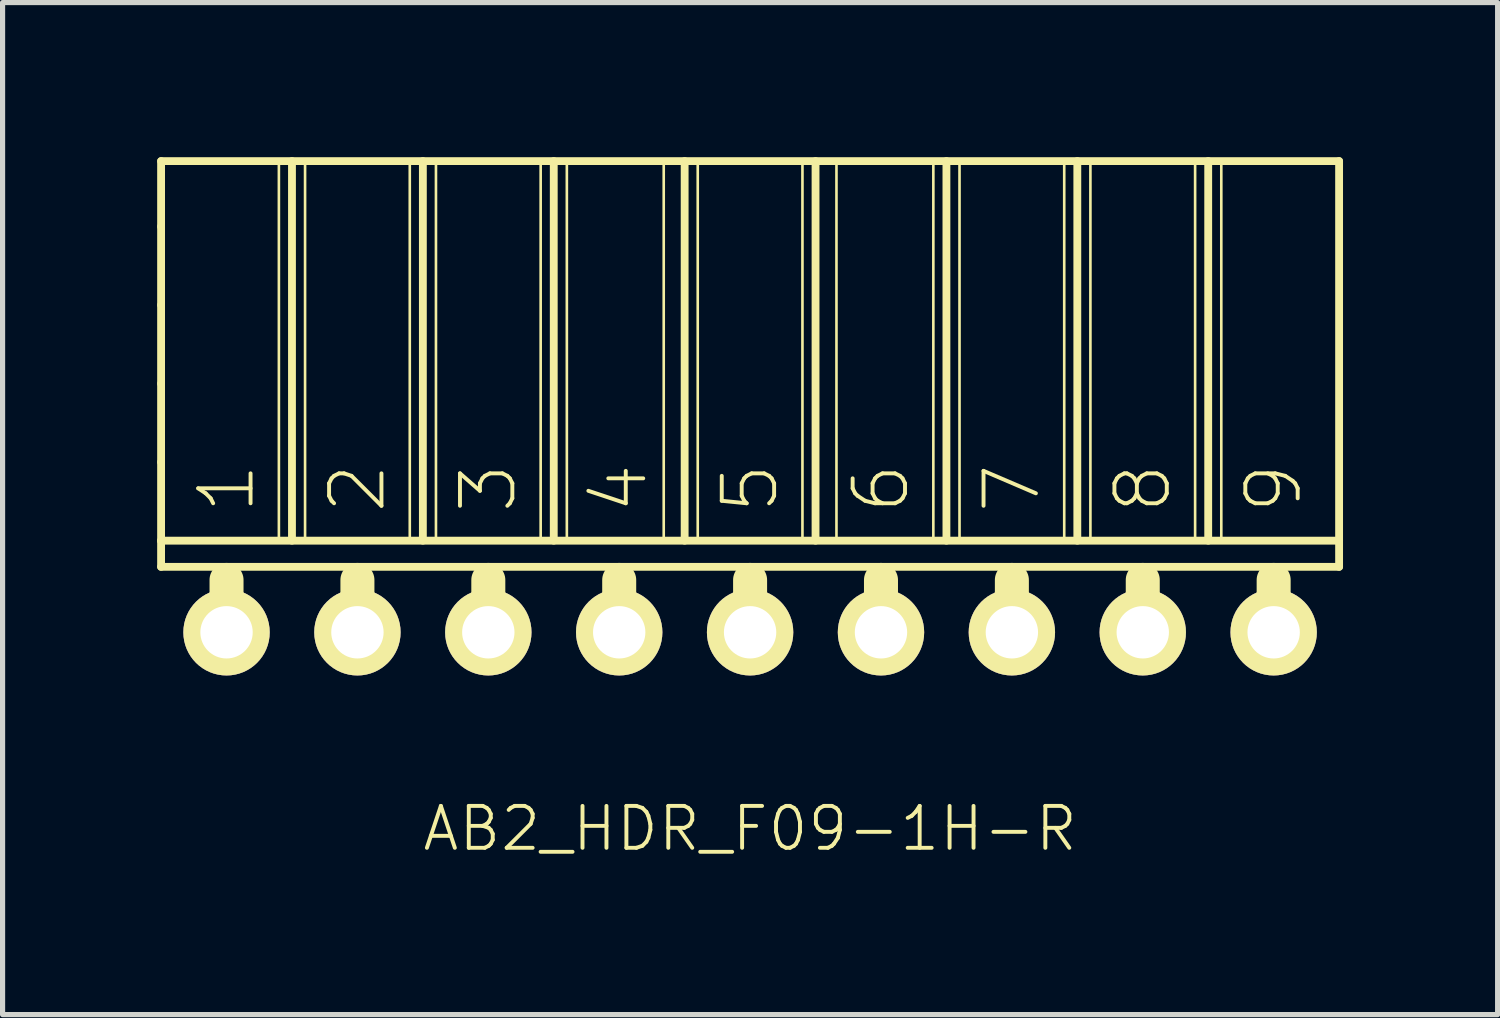
<source format=kicad_pcb>
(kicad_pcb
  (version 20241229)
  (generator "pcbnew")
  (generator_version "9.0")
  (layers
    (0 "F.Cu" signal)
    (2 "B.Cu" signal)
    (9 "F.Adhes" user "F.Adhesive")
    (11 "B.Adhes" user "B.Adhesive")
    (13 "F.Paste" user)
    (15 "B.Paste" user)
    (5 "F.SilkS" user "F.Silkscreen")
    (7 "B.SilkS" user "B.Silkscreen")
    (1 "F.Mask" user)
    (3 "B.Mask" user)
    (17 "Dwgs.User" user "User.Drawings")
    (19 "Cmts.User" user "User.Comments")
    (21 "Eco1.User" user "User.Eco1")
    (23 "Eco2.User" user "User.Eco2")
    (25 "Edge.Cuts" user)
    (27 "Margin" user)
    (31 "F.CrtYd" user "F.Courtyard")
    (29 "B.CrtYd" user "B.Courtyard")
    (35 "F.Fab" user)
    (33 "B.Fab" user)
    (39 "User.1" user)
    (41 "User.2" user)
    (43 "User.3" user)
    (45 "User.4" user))
  (footprint "AB2_HDR_F09-1H-R"
    (layer "F.Cu")
    (at 11.506 9.22)
    (property "Reference" "AB2_HDR_F09-1H-R" (at 0 3.81 0) (layer "F.SilkS") (effects (font (size 0.813 0.813) (thickness 0.076))))
    (attr through_hole)
    (fp_line (start -11.43 -9.144) (end 11.43 -9.144) (stroke (width 0.152) (type solid)) (layer "F.SilkS"))
    (fp_line (start -11.43 -7.874) (end -11.43 -9.144) (stroke (width 0.152) (type solid)) (layer "F.SilkS"))
    (fp_line (start -11.43 -6.35) (end -11.43 -7.874) (stroke (width 0.152) (type solid)) (layer "F.SilkS"))
    (fp_line (start -11.43 -4.826) (end -11.43 -6.35) (stroke (width 0.152) (type solid)) (layer "F.SilkS"))
    (fp_line (start -11.43 -3.302) (end -11.43 -4.826) (stroke (width 0.152) (type solid)) (layer "F.SilkS"))
    (fp_line (start -11.43 -1.778) (end -11.43 -3.302) (stroke (width 0.152) (type solid)) (layer "F.SilkS"))
    (fp_line (start -11.43 -1.778) (end -11.43 -1.27) (stroke (width 0.152) (type solid)) (layer "F.SilkS"))
    (fp_line (start -11.43 -1.27) (end 11.43 -1.27) (stroke (width 0.152) (type solid)) (layer "F.SilkS"))
    (fp_line (start -10.16 0) (end -10.16 -1.016) (stroke (width 0.66) (type solid)) (layer "F.SilkS"))
    (fp_line (start -9.144 -1.778) (end -9.144 -9.144) (stroke (width 0.051) (type solid)) (layer "F.SilkS"))
    (fp_line (start -8.89 -1.778) (end -8.89 -9.144) (stroke (width 0.152) (type solid)) (layer "F.SilkS"))
    (fp_line (start -8.636 -9.144) (end -8.636 -1.778) (stroke (width 0.051) (type solid)) (layer "F.SilkS"))
    (fp_line (start -7.62 0) (end -7.62 -1.016) (stroke (width 0.66) (type solid)) (layer "F.SilkS"))
    (fp_line (start -6.604 -1.778) (end -6.604 -9.144) (stroke (width 0.051) (type solid)) (layer "F.SilkS"))
    (fp_line (start -6.35 -1.778) (end -6.35 -9.144) (stroke (width 0.152) (type solid)) (layer "F.SilkS"))
    (fp_line (start -6.096 -9.144) (end -6.096 -1.778) (stroke (width 0.051) (type solid)) (layer "F.SilkS"))
    (fp_line (start -5.08 0) (end -5.08 -1.016) (stroke (width 0.66) (type solid)) (layer "F.SilkS"))
    (fp_line (start -4.064 -9.144) (end -4.064 -1.778) (stroke (width 0.051) (type solid)) (layer "F.SilkS"))
    (fp_line (start -3.81 -1.778) (end -3.81 -9.144) (stroke (width 0.152) (type solid)) (layer "F.SilkS"))
    (fp_line (start -3.556 -1.778) (end -3.556 -9.144) (stroke (width 0.051) (type solid)) (layer "F.SilkS"))
    (fp_line (start -2.54 0) (end -2.54 -1.016) (stroke (width 0.66) (type solid)) (layer "F.SilkS"))
    (fp_line (start -1.676 -9.144) (end -1.676 -1.778) (stroke (width 0.051) (type solid)) (layer "F.SilkS"))
    (fp_line (start -1.27 -1.778) (end -1.27 -9.144) (stroke (width 0.152) (type solid)) (layer "F.SilkS"))
    (fp_line (start -1.016 -1.778) (end -1.016 -9.144) (stroke (width 0.051) (type solid)) (layer "F.SilkS"))
    (fp_line (start 0 0) (end 0 -1.016) (stroke (width 0.66) (type solid)) (layer "F.SilkS"))
    (fp_line (start 1.016 -9.144) (end 1.016 -1.778) (stroke (width 0.051) (type solid)) (layer "F.SilkS"))
    (fp_line (start 1.27 -1.778) (end 1.27 -9.144) (stroke (width 0.152) (type solid)) (layer "F.SilkS"))
    (fp_line (start 1.676 -1.778) (end 1.676 -9.144) (stroke (width 0.051) (type solid)) (layer "F.SilkS"))
    (fp_line (start 2.54 0) (end 2.54 -1.016) (stroke (width 0.66) (type solid)) (layer "F.SilkS"))
    (fp_line (start 3.556 -1.778) (end 3.556 -9.144) (stroke (width 0.051) (type solid)) (layer "F.SilkS"))
    (fp_line (start 3.81 -1.778) (end 3.81 -9.144) (stroke (width 0.152) (type solid)) (layer "F.SilkS"))
    (fp_line (start 4.064 -9.144) (end 4.064 -1.778) (stroke (width 0.051) (type solid)) (layer "F.SilkS"))
    (fp_line (start 5.08 0) (end 5.08 -1.016) (stroke (width 0.66) (type solid)) (layer "F.SilkS"))
    (fp_line (start 6.096 -9.144) (end 6.096 -1.778) (stroke (width 0.051) (type solid)) (layer "F.SilkS"))
    (fp_line (start 6.35 -1.778) (end 6.35 -9.144) (stroke (width 0.152) (type solid)) (layer "F.SilkS"))
    (fp_line (start 6.604 -1.778) (end 6.604 -9.144) (stroke (width 0.051) (type solid)) (layer "F.SilkS"))
    (fp_line (start 7.62 0) (end 7.62 -1.016) (stroke (width 0.66) (type solid)) (layer "F.SilkS"))
    (fp_line (start 8.636 -9.144) (end 8.636 -1.778) (stroke (width 0.051) (type solid)) (layer "F.SilkS"))
    (fp_line (start 8.89 -1.778) (end 8.89 -9.144) (stroke (width 0.152) (type solid)) (layer "F.SilkS"))
    (fp_line (start 9.144 -9.144) (end 9.144 -1.778) (stroke (width 0.051) (type solid)) (layer "F.SilkS"))
    (fp_line (start 10.16 0) (end 10.16 -1.016) (stroke (width 0.66) (type solid)) (layer "F.SilkS"))
    (fp_line (start 11.43 -9.144) (end 11.43 -1.778) (stroke (width 0.152) (type solid)) (layer "F.SilkS"))
    (fp_line (start 11.43 -1.778) (end -11.43 -1.778) (stroke (width 0.152) (type solid)) (layer "F.SilkS"))
    (fp_line (start 11.43 -1.27) (end 11.43 -1.778) (stroke (width 0.152) (type solid)) (layer "F.SilkS"))
    (fp_text user "3" (at -5.08 -2.794 90) (layer "F.SilkS") (effects (font (size 1.016 1.016) (thickness 0.076))))
    (fp_text user "1" (at -10.16 -2.794 90) (layer "F.SilkS") (effects (font (size 1.016 1.016) (thickness 0.076))))
    (fp_text user "5" (at 0 -2.794 90) (layer "F.SilkS") (effects (font (size 1.016 1.016) (thickness 0.076))))
    (fp_text user "9" (at 10.16 -2.794 90) (layer "F.SilkS") (effects (font (size 1.016 1.016) (thickness 0.076))))
    (fp_text user "8" (at 7.62 -2.794 90) (layer "F.SilkS") (effects (font (size 1.016 1.016) (thickness 0.076))))
    (fp_text user "2" (at -7.62 -2.794 90) (layer "F.SilkS") (effects (font (size 1.016 1.016) (thickness 0.076))))
    (fp_text user "6" (at 2.54 -2.794 90) (layer "F.SilkS") (effects (font (size 1.016 1.016) (thickness 0.076))))
    (fp_text user "7" (at 5.08 -2.794 90) (layer "F.SilkS") (effects (font (size 1.016 1.016) (thickness 0.076))))
    (fp_text user "4" (at -2.54 -2.794 90) (layer "F.SilkS") (effects (font (size 1.016 1.016) (thickness 0.076))))
    (pad "1" thru_hole circle (at -10.16 0) (size 1.676 1.676) (drill 1.016) (layers "*.Cu" "*.Mask" "F.SilkS"))
    (pad "2" thru_hole circle (at -7.62 0) (size 1.676 1.676) (drill 1.016) (layers "*.Cu" "*.Mask" "F.SilkS"))
    (pad "3" thru_hole circle (at -5.08 0) (size 1.676 1.676) (drill 1.016) (layers "*.Cu" "*.Mask" "F.SilkS"))
    (pad "4" thru_hole circle (at -2.54 0) (size 1.676 1.676) (drill 1.016) (layers "*.Cu" "*.Mask" "F.SilkS"))
    (pad "5" thru_hole circle (at 0 0) (size 1.676 1.676) (drill 1.016) (layers "*.Cu" "*.Mask" "F.SilkS"))
    (pad "6" thru_hole circle (at 2.54 0) (size 1.676 1.676) (drill 1.016) (layers "*.Cu" "*.Mask" "F.SilkS"))
    (pad "7" thru_hole circle (at 5.08 0) (size 1.676 1.676) (drill 1.016) (layers "*.Cu" "*.Mask" "F.SilkS"))
    (pad "8" thru_hole circle (at 7.62 0) (size 1.676 1.676) (drill 1.016) (layers "*.Cu" "*.Mask" "F.SilkS"))
    (pad "9" thru_hole circle (at 10.16 0) (size 1.676 1.676) (drill 1.016) (layers "*.Cu" "*.Mask" "F.SilkS")))
  (gr_rect
    (start -3 -3)
    (end 26.012 16.639)
    (stroke (width 0.1) (type default))
    (fill no)
    (layer "Edge.Cuts")))
</source>
